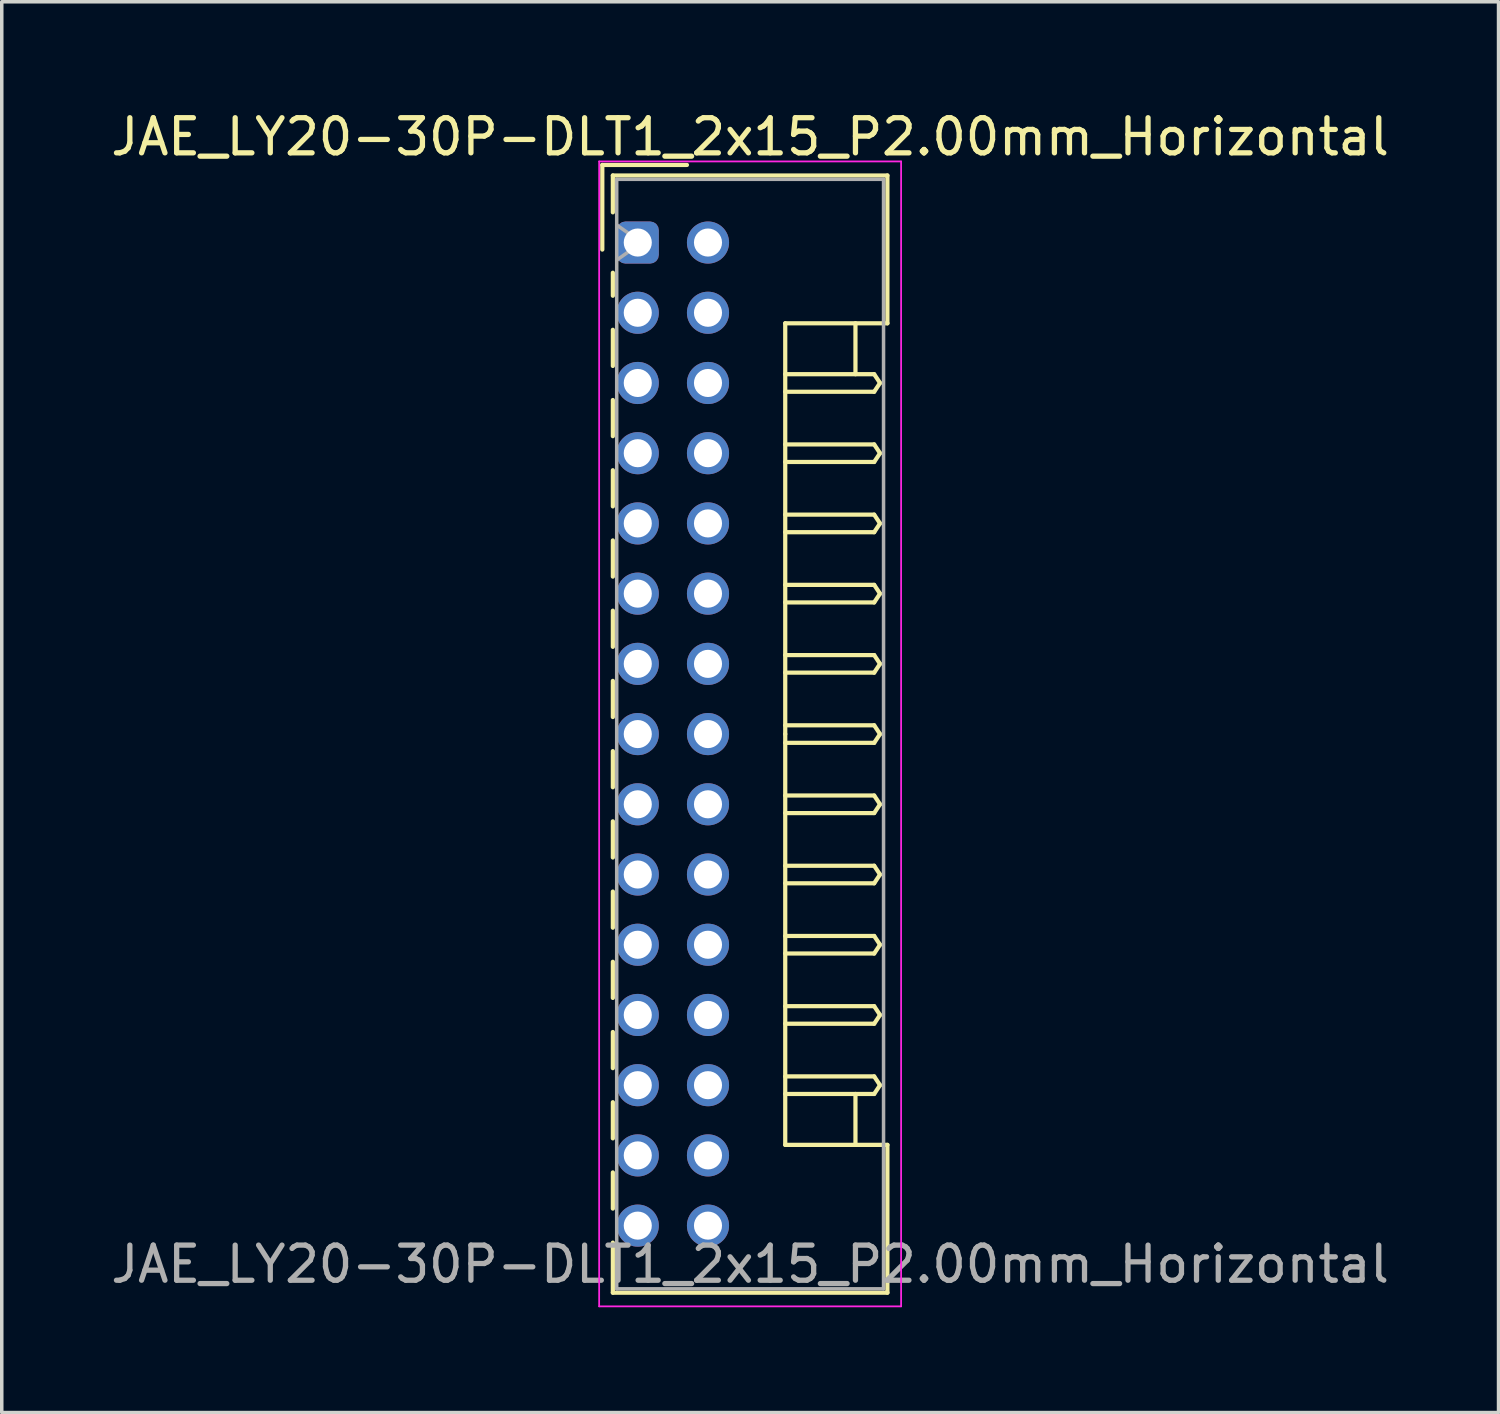
<source format=kicad_pcb>
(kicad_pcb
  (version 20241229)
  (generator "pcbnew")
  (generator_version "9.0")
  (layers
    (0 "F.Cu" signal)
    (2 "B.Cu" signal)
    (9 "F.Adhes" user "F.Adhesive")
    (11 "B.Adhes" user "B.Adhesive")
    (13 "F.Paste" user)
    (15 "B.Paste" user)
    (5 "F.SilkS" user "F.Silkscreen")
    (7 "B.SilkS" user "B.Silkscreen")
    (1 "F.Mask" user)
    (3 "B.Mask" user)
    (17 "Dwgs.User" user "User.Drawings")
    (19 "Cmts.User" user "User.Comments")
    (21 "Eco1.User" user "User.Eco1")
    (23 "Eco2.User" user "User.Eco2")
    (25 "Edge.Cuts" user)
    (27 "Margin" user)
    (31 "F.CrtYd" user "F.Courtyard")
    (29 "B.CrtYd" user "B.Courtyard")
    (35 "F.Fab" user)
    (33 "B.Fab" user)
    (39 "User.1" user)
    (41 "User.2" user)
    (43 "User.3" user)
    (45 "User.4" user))
  (footprint "JAE_LY20-30P-DLT1_2x15_P2.00mm_Horizontal"
    (layer "F.Cu")
    (at 15.115 3.858)
    (property "Reference" "JAE_LY20-30P-DLT1_2x15_P2.00mm_Horizontal" (at 3.2 -3.01 0) (layer "F.SilkS") (effects (font (size 1 1) (thickness 0.15))))
    (attr through_hole)
    (fp_line (start -1.01 -2.21) (end -1.01 0.2) (stroke (width 0.12) (type solid)) (layer "F.SilkS"))
    (fp_line (start -0.71 -1.91) (end -0.71 -0.86) (stroke (width 0.12) (type solid)) (layer "F.SilkS"))
    (fp_line (start -0.71 -1.91) (end 7.11 -1.91) (stroke (width 0.12) (type solid)) (layer "F.SilkS"))
    (fp_line (start -0.71 0.86) (end -0.71 1.515) (stroke (width 0.12) (type solid)) (layer "F.SilkS"))
    (fp_line (start -0.71 2.485) (end -0.71 3.515) (stroke (width 0.12) (type solid)) (layer "F.SilkS"))
    (fp_line (start -0.71 4.485) (end -0.71 5.515) (stroke (width 0.12) (type solid)) (layer "F.SilkS"))
    (fp_line (start -0.71 6.485) (end -0.71 7.515) (stroke (width 0.12) (type solid)) (layer "F.SilkS"))
    (fp_line (start -0.71 8.485) (end -0.71 9.515) (stroke (width 0.12) (type solid)) (layer "F.SilkS"))
    (fp_line (start -0.71 10.485) (end -0.71 11.515) (stroke (width 0.12) (type solid)) (layer "F.SilkS"))
    (fp_line (start -0.71 12.485) (end -0.71 13.515) (stroke (width 0.12) (type solid)) (layer "F.SilkS"))
    (fp_line (start -0.71 14.485) (end -0.71 15.515) (stroke (width 0.12) (type solid)) (layer "F.SilkS"))
    (fp_line (start -0.71 16.485) (end -0.71 17.515) (stroke (width 0.12) (type solid)) (layer "F.SilkS"))
    (fp_line (start -0.71 18.485) (end -0.71 19.515) (stroke (width 0.12) (type solid)) (layer "F.SilkS"))
    (fp_line (start -0.71 20.485) (end -0.71 21.515) (stroke (width 0.12) (type solid)) (layer "F.SilkS"))
    (fp_line (start -0.71 22.485) (end -0.71 23.515) (stroke (width 0.12) (type solid)) (layer "F.SilkS"))
    (fp_line (start -0.71 24.485) (end -0.71 25.515) (stroke (width 0.12) (type solid)) (layer "F.SilkS"))
    (fp_line (start -0.71 26.485) (end -0.71 27.515) (stroke (width 0.12) (type solid)) (layer "F.SilkS"))
    (fp_line (start -0.71 28.485) (end -0.71 29.91) (stroke (width 0.12) (type solid)) (layer "F.SilkS"))
    (fp_line (start -0.71 29.91) (end 7.11 29.91) (stroke (width 0.12) (type solid)) (layer "F.SilkS"))
    (fp_line (start 1.4 -2.21) (end -1.01 -2.21) (stroke (width 0.12) (type solid)) (layer "F.SilkS"))
    (fp_line (start 4.2 2.3) (end 4.2 14) (stroke (width 0.12) (type solid)) (layer "F.SilkS"))
    (fp_line (start 4.2 3.75) (end 6.733 3.75) (stroke (width 0.12) (type solid)) (layer "F.SilkS"))
    (fp_line (start 4.2 5.75) (end 6.733 5.75) (stroke (width 0.12) (type solid)) (layer "F.SilkS"))
    (fp_line (start 4.2 7.75) (end 6.733 7.75) (stroke (width 0.12) (type solid)) (layer "F.SilkS"))
    (fp_line (start 4.2 9.75) (end 6.733 9.75) (stroke (width 0.12) (type solid)) (layer "F.SilkS"))
    (fp_line (start 4.2 11.75) (end 6.733 11.75) (stroke (width 0.12) (type solid)) (layer "F.SilkS"))
    (fp_line (start 4.2 13.75) (end 6.733 13.75) (stroke (width 0.12) (type solid)) (layer "F.SilkS"))
    (fp_line (start 4.2 15.75) (end 6.733 15.75) (stroke (width 0.12) (type solid)) (layer "F.SilkS"))
    (fp_line (start 4.2 17.75) (end 6.733 17.75) (stroke (width 0.12) (type solid)) (layer "F.SilkS"))
    (fp_line (start 4.2 19.75) (end 6.733 19.75) (stroke (width 0.12) (type solid)) (layer "F.SilkS"))
    (fp_line (start 4.2 21.75) (end 6.733 21.75) (stroke (width 0.12) (type solid)) (layer "F.SilkS"))
    (fp_line (start 4.2 23.75) (end 6.733 23.75) (stroke (width 0.12) (type solid)) (layer "F.SilkS"))
    (fp_line (start 4.2 25.7) (end 4.2 14) (stroke (width 0.12) (type solid)) (layer "F.SilkS"))
    (fp_line (start 6.2 2.3) (end 6.2 3.75) (stroke (width 0.12) (type solid)) (layer "F.SilkS"))
    (fp_line (start 6.2 25.7) (end 6.2 24.25) (stroke (width 0.12) (type solid)) (layer "F.SilkS"))
    (fp_line (start 6.733 3.75) (end 6.9 4) (stroke (width 0.12) (type solid)) (layer "F.SilkS"))
    (fp_line (start 6.733 4.25) (end 4.2 4.25) (stroke (width 0.12) (type solid)) (layer "F.SilkS"))
    (fp_line (start 6.733 5.75) (end 6.9 6) (stroke (width 0.12) (type solid)) (layer "F.SilkS"))
    (fp_line (start 6.733 6.25) (end 4.2 6.25) (stroke (width 0.12) (type solid)) (layer "F.SilkS"))
    (fp_line (start 6.733 7.75) (end 6.9 8) (stroke (width 0.12) (type solid)) (layer "F.SilkS"))
    (fp_line (start 6.733 8.25) (end 4.2 8.25) (stroke (width 0.12) (type solid)) (layer "F.SilkS"))
    (fp_line (start 6.733 9.75) (end 6.9 10) (stroke (width 0.12) (type solid)) (layer "F.SilkS"))
    (fp_line (start 6.733 10.25) (end 4.2 10.25) (stroke (width 0.12) (type solid)) (layer "F.SilkS"))
    (fp_line (start 6.733 11.75) (end 6.9 12) (stroke (width 0.12) (type solid)) (layer "F.SilkS"))
    (fp_line (start 6.733 12.25) (end 4.2 12.25) (stroke (width 0.12) (type solid)) (layer "F.SilkS"))
    (fp_line (start 6.733 13.75) (end 6.9 14) (stroke (width 0.12) (type solid)) (layer "F.SilkS"))
    (fp_line (start 6.733 14.25) (end 4.2 14.25) (stroke (width 0.12) (type solid)) (layer "F.SilkS"))
    (fp_line (start 6.733 15.75) (end 6.9 16) (stroke (width 0.12) (type solid)) (layer "F.SilkS"))
    (fp_line (start 6.733 16.25) (end 4.2 16.25) (stroke (width 0.12) (type solid)) (layer "F.SilkS"))
    (fp_line (start 6.733 17.75) (end 6.9 18) (stroke (width 0.12) (type solid)) (layer "F.SilkS"))
    (fp_line (start 6.733 18.25) (end 4.2 18.25) (stroke (width 0.12) (type solid)) (layer "F.SilkS"))
    (fp_line (start 6.733 19.75) (end 6.9 20) (stroke (width 0.12) (type solid)) (layer "F.SilkS"))
    (fp_line (start 6.733 20.25) (end 4.2 20.25) (stroke (width 0.12) (type solid)) (layer "F.SilkS"))
    (fp_line (start 6.733 21.75) (end 6.9 22) (stroke (width 0.12) (type solid)) (layer "F.SilkS"))
    (fp_line (start 6.733 22.25) (end 4.2 22.25) (stroke (width 0.12) (type solid)) (layer "F.SilkS"))
    (fp_line (start 6.733 23.75) (end 6.9 24) (stroke (width 0.12) (type solid)) (layer "F.SilkS"))
    (fp_line (start 6.733 24.25) (end 4.2 24.25) (stroke (width 0.12) (type solid)) (layer "F.SilkS"))
    (fp_line (start 6.9 4) (end 6.733 4.25) (stroke (width 0.12) (type solid)) (layer "F.SilkS"))
    (fp_line (start 6.9 6) (end 6.733 6.25) (stroke (width 0.12) (type solid)) (layer "F.SilkS"))
    (fp_line (start 6.9 8) (end 6.733 8.25) (stroke (width 0.12) (type solid)) (layer "F.SilkS"))
    (fp_line (start 6.9 10) (end 6.733 10.25) (stroke (width 0.12) (type solid)) (layer "F.SilkS"))
    (fp_line (start 6.9 12) (end 6.733 12.25) (stroke (width 0.12) (type solid)) (layer "F.SilkS"))
    (fp_line (start 6.9 14) (end 6.733 14.25) (stroke (width 0.12) (type solid)) (layer "F.SilkS"))
    (fp_line (start 6.9 16) (end 6.733 16.25) (stroke (width 0.12) (type solid)) (layer "F.SilkS"))
    (fp_line (start 6.9 18) (end 6.733 18.25) (stroke (width 0.12) (type solid)) (layer "F.SilkS"))
    (fp_line (start 6.9 20) (end 6.733 20.25) (stroke (width 0.12) (type solid)) (layer "F.SilkS"))
    (fp_line (start 6.9 22) (end 6.733 22.25) (stroke (width 0.12) (type solid)) (layer "F.SilkS"))
    (fp_line (start 6.9 24) (end 6.733 24.25) (stroke (width 0.12) (type solid)) (layer "F.SilkS"))
    (fp_line (start 7.11 -1.91) (end 7.11 2.3) (stroke (width 0.12) (type solid)) (layer "F.SilkS"))
    (fp_line (start 7.11 2.3) (end 4.2 2.3) (stroke (width 0.12) (type solid)) (layer "F.SilkS"))
    (fp_line (start 7.11 25.7) (end 4.2 25.7) (stroke (width 0.12) (type solid)) (layer "F.SilkS"))
    (fp_line (start 7.11 29.91) (end 7.11 25.7) (stroke (width 0.12) (type solid)) (layer "F.SilkS"))
    (fp_line (start -1.1 -2.31) (end -1.1 30.3) (stroke (width 0.05) (type solid)) (layer "F.CrtYd"))
    (fp_line (start -1.1 30.3) (end 7.5 30.3) (stroke (width 0.05) (type solid)) (layer "F.CrtYd"))
    (fp_line (start 7.5 -2.31) (end -1.1 -2.31) (stroke (width 0.05) (type solid)) (layer "F.CrtYd"))
    (fp_line (start 7.5 30.3) (end 7.5 -2.31) (stroke (width 0.05) (type solid)) (layer "F.CrtYd"))
    (fp_line (start -0.6 -1.8) (end -0.6 29.8) (stroke (width 0.1) (type solid)) (layer "F.Fab"))
    (fp_line (start -0.6 0.5) (end 0.107 0) (stroke (width 0.1) (type solid)) (layer "F.Fab"))
    (fp_line (start -0.6 29.8) (end 7 29.8) (stroke (width 0.1) (type solid)) (layer "F.Fab"))
    (fp_line (start 0.107 0) (end -0.6 -0.5) (stroke (width 0.1) (type solid)) (layer "F.Fab"))
    (fp_line (start 7 -1.8) (end -0.6 -1.8) (stroke (width 0.1) (type solid)) (layer "F.Fab"))
    (fp_line (start 7 29.8) (end 7 -1.8) (stroke (width 0.1) (type solid)) (layer "F.Fab"))
    (fp_text user "${REFERENCE}" (at 3.2 29.1 0) (layer "F.Fab") (effects (font (size 1 1) (thickness 0.15))))
    (pad "a1" thru_hole roundrect (at 0 0) (size 1.2 1.2) (drill 0.8) (layers "*.Cu" "*.Mask") (roundrect_rratio 0.208))
    (pad "a2" thru_hole circle (at 0 2) (size 1.2 1.2) (drill 0.8) (layers "*.Cu" "*.Mask"))
    (pad "a3" thru_hole circle (at 0 4) (size 1.2 1.2) (drill 0.8) (layers "*.Cu" "*.Mask"))
    (pad "a4" thru_hole circle (at 0 6) (size 1.2 1.2) (drill 0.8) (layers "*.Cu" "*.Mask"))
    (pad "a5" thru_hole circle (at 0 8) (size 1.2 1.2) (drill 0.8) (layers "*.Cu" "*.Mask"))
    (pad "a6" thru_hole circle (at 0 10) (size 1.2 1.2) (drill 0.8) (layers "*.Cu" "*.Mask"))
    (pad "a7" thru_hole circle (at 0 12) (size 1.2 1.2) (drill 0.8) (layers "*.Cu" "*.Mask"))
    (pad "a8" thru_hole circle (at 0 14) (size 1.2 1.2) (drill 0.8) (layers "*.Cu" "*.Mask"))
    (pad "a9" thru_hole circle (at 0 16) (size 1.2 1.2) (drill 0.8) (layers "*.Cu" "*.Mask"))
    (pad "a10" thru_hole circle (at 0 18) (size 1.2 1.2) (drill 0.8) (layers "*.Cu" "*.Mask"))
    (pad "a11" thru_hole circle (at 0 20) (size 1.2 1.2) (drill 0.8) (layers "*.Cu" "*.Mask"))
    (pad "a12" thru_hole circle (at 0 22) (size 1.2 1.2) (drill 0.8) (layers "*.Cu" "*.Mask"))
    (pad "a13" thru_hole circle (at 0 24) (size 1.2 1.2) (drill 0.8) (layers "*.Cu" "*.Mask"))
    (pad "a14" thru_hole circle (at 0 26) (size 1.2 1.2) (drill 0.8) (layers "*.Cu" "*.Mask"))
    (pad "a15" thru_hole circle (at 0 28) (size 1.2 1.2) (drill 0.8) (layers "*.Cu" "*.Mask"))
    (pad "b1" thru_hole circle (at 2 0) (size 1.2 1.2) (drill 0.8) (layers "*.Cu" "*.Mask"))
    (pad "b2" thru_hole circle (at 2 2) (size 1.2 1.2) (drill 0.8) (layers "*.Cu" "*.Mask"))
    (pad "b3" thru_hole circle (at 2 4) (size 1.2 1.2) (drill 0.8) (layers "*.Cu" "*.Mask"))
    (pad "b4" thru_hole circle (at 2 6) (size 1.2 1.2) (drill 0.8) (layers "*.Cu" "*.Mask"))
    (pad "b5" thru_hole circle (at 2 8) (size 1.2 1.2) (drill 0.8) (layers "*.Cu" "*.Mask"))
    (pad "b6" thru_hole circle (at 2 10) (size 1.2 1.2) (drill 0.8) (layers "*.Cu" "*.Mask"))
    (pad "b7" thru_hole circle (at 2 12) (size 1.2 1.2) (drill 0.8) (layers "*.Cu" "*.Mask"))
    (pad "b8" thru_hole circle (at 2 14) (size 1.2 1.2) (drill 0.8) (layers "*.Cu" "*.Mask"))
    (pad "b9" thru_hole circle (at 2 16) (size 1.2 1.2) (drill 0.8) (layers "*.Cu" "*.Mask"))
    (pad "b10" thru_hole circle (at 2 18) (size 1.2 1.2) (drill 0.8) (layers "*.Cu" "*.Mask"))
    (pad "b11" thru_hole circle (at 2 20) (size 1.2 1.2) (drill 0.8) (layers "*.Cu" "*.Mask"))
    (pad "b12" thru_hole circle (at 2 22) (size 1.2 1.2) (drill 0.8) (layers "*.Cu" "*.Mask"))
    (pad "b13" thru_hole circle (at 2 24) (size 1.2 1.2) (drill 0.8) (layers "*.Cu" "*.Mask"))
    (pad "b14" thru_hole circle (at 2 26) (size 1.2 1.2) (drill 0.8) (layers "*.Cu" "*.Mask"))
    (pad "b15" thru_hole circle (at 2 28) (size 1.2 1.2) (drill 0.8) (layers "*.Cu" "*.Mask")))
  (gr_rect
    (start -3 -3)
    (end 39.631 37.183)
    (stroke (width 0.1) (type default))
    (fill no)
    (layer "Edge.Cuts")))
</source>
